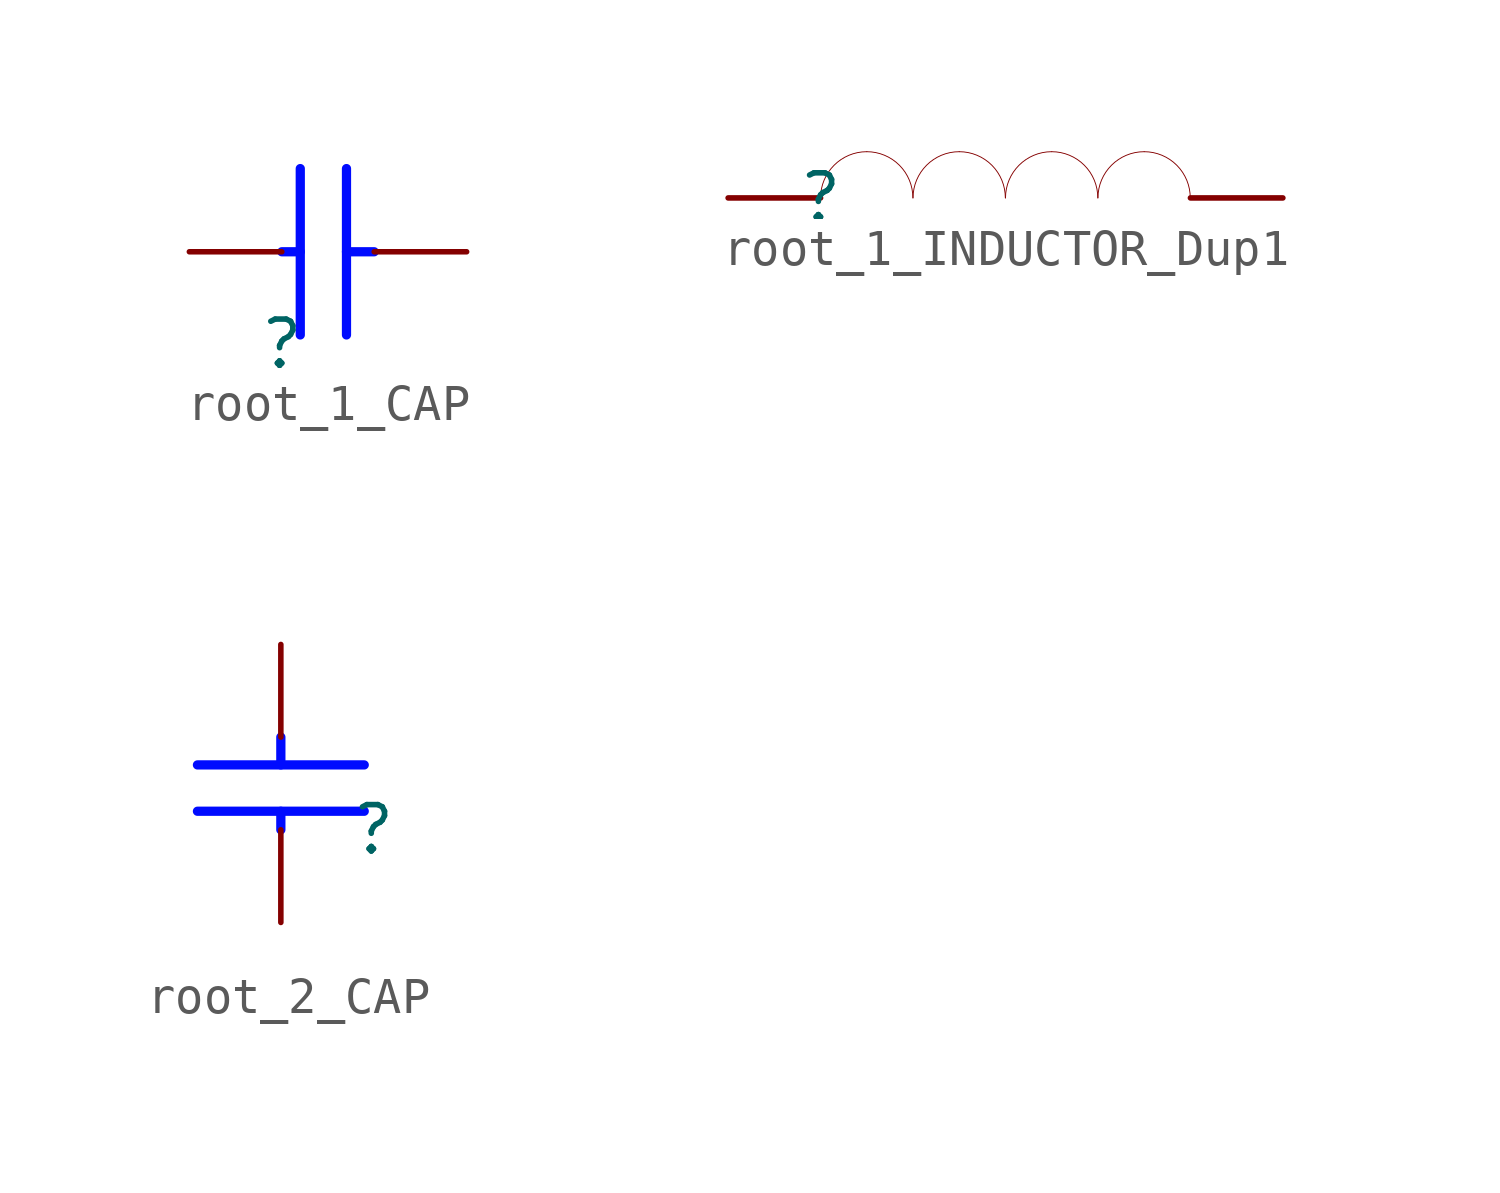
<source format=kicad_sym>
(kicad_symbol_lib
  (version 20231120)
  (generator "kicad_symbol_editor")
  (generator_version "8.0")
  (symbol "root_1_CAP"
    (property "Reference" ""
      (at 0 0 0)
      (effects (font (size 1.27 1.27))))
    (property "Value" ""
      (at 0 0 0)
      (effects (font (size 1.27 1.27))))
    (symbol "root_1_CAP_1_0"
      (polyline (pts (xy 0 2.54) (xy 0.508 2.54)) (stroke (width 0.254) (type solid) (color 0 11 255 1)) (fill (type none)))
      (polyline (pts (xy 0.508 0.254) (xy 0.508 4.826)) (stroke (width 0.254) (type solid) (color 0 11 255 1)) (fill (type none)))
      (polyline (pts (xy 1.778 0.254) (xy 1.778 4.826)) (stroke (width 0.254) (type solid) (color 0 11 255 1)) (fill (type none)))
      (polyline (pts (xy 2.54 2.54) (xy 1.778 2.54)) (stroke (width 0.254) (type solid) (color 0 11 255 1)) (fill (type none)))
      (pin passive line (at -2.54 2.54 0) (length 2.54) (name "1" (effects (font (size 0 0)))) (number "1" (effects (font (size 0 0)))))
      (pin passive line (at 5.08 2.54 180) (length 2.54) (name "2" (effects (font (size 0 0)))) (number "2" (effects (font (size 0 0)))))))
  (symbol "root_1_INDUCTOR_Dup1"
    (property "Reference" ""
      (at 0 0 0)
      (effects (font (size 1.27 1.27))))
    (property "Value" ""
      (at 0 0 0)
      (effects (font (size 1.27 1.27))))
    (symbol "root_1_INDUCTOR_Dup1_1_0"
      (arc (start 1.27 1.27) (mid 0.372 0.898) (end 0 0) (stroke (width 0.0254) (type solid)) (fill (type none)))
      (arc (start 2.54 0) (mid 2.168 0.898) (end 1.27 1.27) (stroke (width 0.0254) (type solid)) (fill (type none)))
      (arc (start 3.81 1.27) (mid 2.912 0.898) (end 2.54 0) (stroke (width 0.0254) (type solid)) (fill (type none)))
      (arc (start 5.08 0) (mid 4.708 0.898) (end 3.81 1.27) (stroke (width 0.0254) (type solid)) (fill (type none)))
      (arc (start 6.35 1.27) (mid 5.452 0.898) (end 5.08 0) (stroke (width 0.0254) (type solid)) (fill (type none)))
      (arc (start 7.62 0) (mid 7.248 0.898) (end 6.35 1.27) (stroke (width 0.0254) (type solid)) (fill (type none)))
      (arc (start 8.89 1.27) (mid 7.992 0.898) (end 7.62 0) (stroke (width 0.0254) (type solid)) (fill (type none)))
      (arc (start 10.16 0) (mid 9.788 0.898) (end 8.89 1.27) (stroke (width 0.0254) (type solid)) (fill (type none)))
      (pin passive line (at -2.54 0 0) (length 2.54) (name "1" (effects (font (size 0 0)))) (number "1" (effects (font (size 0 0)))))
      (pin passive line (at 12.7 0 180) (length 2.54) (name "2" (effects (font (size 0 0)))) (number "2" (effects (font (size 0 0)))))))
  (symbol "root_2_CAP"
    (property "Reference" ""
      (at 0 0 0)
      (effects (font (size 1.27 1.27))))
    (property "Value" ""
      (at 0 0 0)
      (effects (font (size 1.27 1.27))))
    (symbol "root_2_CAP_1_0"
      (polyline (pts (xy -2.54 0) (xy -2.54 0.508)) (stroke (width 0.254) (type solid) (color 0 11 255 1)) (fill (type none)))
      (polyline (pts (xy -2.54 2.54) (xy -2.54 1.778)) (stroke (width 0.254) (type solid) (color 0 11 255 1)) (fill (type none)))
      (polyline (pts (xy -0.254 0.508) (xy -4.826 0.508)) (stroke (width 0.254) (type solid) (color 0 11 255 1)) (fill (type none)))
      (polyline (pts (xy -0.254 1.778) (xy -4.826 1.778)) (stroke (width 0.254) (type solid) (color 0 11 255 1)) (fill (type none)))
      (pin passive line (at -2.54 -2.54 90) (length 2.54) (name "1" (effects (font (size 0 0)))) (number "1" (effects (font (size 0 0)))))
      (pin passive line (at -2.54 5.08 270) (length 2.54) (name "2" (effects (font (size 0 0)))) (number "2" (effects (font (size 0 0))))))))
</source>
